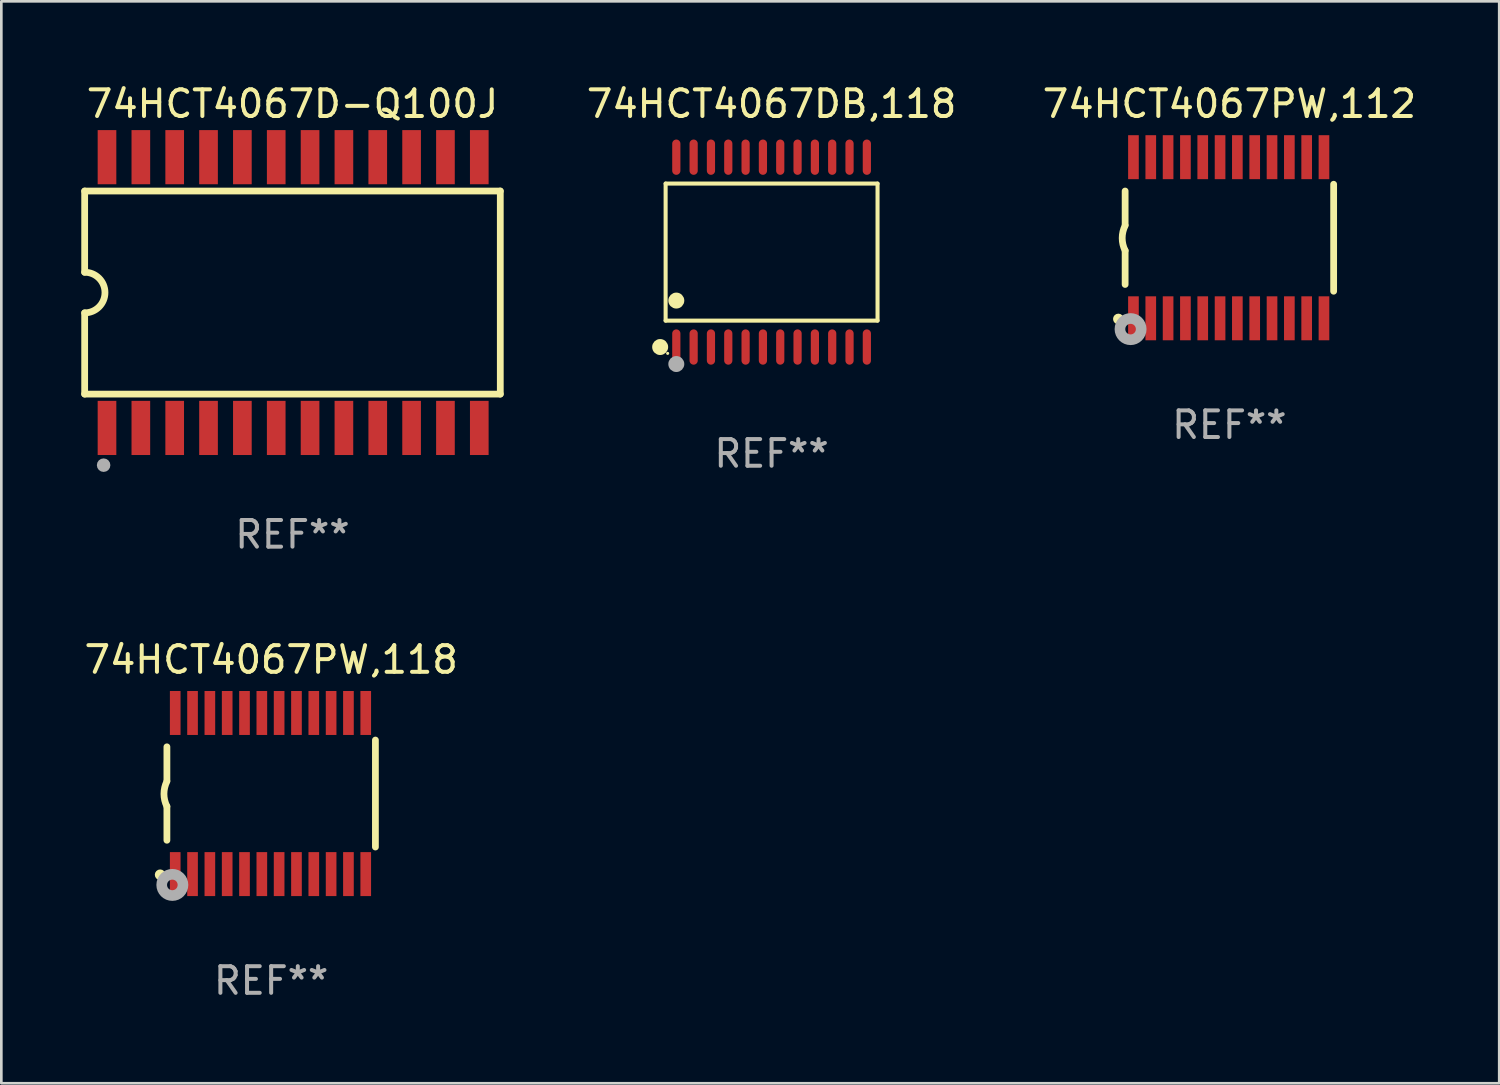
<source format=kicad_pcb>
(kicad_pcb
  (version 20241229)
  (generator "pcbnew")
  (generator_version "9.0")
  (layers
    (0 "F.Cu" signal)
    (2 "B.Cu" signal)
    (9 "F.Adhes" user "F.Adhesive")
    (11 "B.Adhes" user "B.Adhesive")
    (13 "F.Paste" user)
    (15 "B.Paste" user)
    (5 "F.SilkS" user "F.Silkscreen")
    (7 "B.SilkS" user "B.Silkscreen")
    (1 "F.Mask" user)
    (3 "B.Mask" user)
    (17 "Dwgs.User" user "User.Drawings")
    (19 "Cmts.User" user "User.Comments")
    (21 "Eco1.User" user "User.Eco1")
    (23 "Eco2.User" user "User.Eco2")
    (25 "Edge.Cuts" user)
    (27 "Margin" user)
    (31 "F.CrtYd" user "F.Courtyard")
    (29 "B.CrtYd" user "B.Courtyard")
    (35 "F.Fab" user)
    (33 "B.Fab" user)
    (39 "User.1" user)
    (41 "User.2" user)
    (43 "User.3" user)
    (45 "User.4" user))
  (footprint "74HCT4067D-Q100J"
    (layer "F.Cu")
    (at 7.925 7.928)
    (property "Reference" "74HCT4067D-Q100J" (at 0 -7.08 0) (layer "F.SilkS") (effects (font (size 1 1) (thickness 0.15))))
    (attr through_hole)
    (fp_line (start -7.798 -3.81) (end -7.798 -0.762) (stroke (width 0.254) (type solid)) (layer "F.SilkS"))
    (fp_line (start -7.798 3.81) (end -7.798 0.762) (stroke (width 0.254) (type solid)) (layer "F.SilkS"))
    (fp_line (start 7.798 -3.81) (end -7.798 -3.81) (stroke (width 0.254) (type solid)) (layer "F.SilkS"))
    (fp_line (start 7.798 3.81) (end -7.798 3.81) (stroke (width 0.254) (type solid)) (layer "F.SilkS"))
    (fp_line (start 7.798 3.81) (end 7.798 -3.81) (stroke (width 0.254) (type solid)) (layer "F.SilkS"))
    (fp_arc (start -7.797791 -0.762002) (mid -7.03579 -0.000001) (end -7.79779 0.762002) (stroke (width 0.254001) (type solid)) (layer "F.SilkS"))
    (fp_circle (center -7.825 3.75) (end -7.795 3.75) (stroke (width 0.06) (type solid)) (fill no) (layer "F.SilkS"))
    (fp_circle (center -7.087 6.477) (end -6.96 6.477) (stroke (width 0.254) (type solid)) (fill no) (layer "F.Fab"))
    (fp_text user "REF**" (at 0 9.08 0) (layer "F.Fab") (effects (font (size 1 1) (thickness 0.15))))
    (pad "1" smd rect (at -6.96 5.08 90) (size 2.032 0.7) (layers "F.Cu" "F.Mask" "F.Paste"))
    (pad "2" smd rect (at -5.69 5.08 90) (size 2.032 0.7) (layers "F.Cu" "F.Mask" "F.Paste"))
    (pad "3" smd rect (at -4.42 5.08 90) (size 2.032 0.7) (layers "F.Cu" "F.Mask" "F.Paste"))
    (pad "4" smd rect (at -3.15 5.08 90) (size 2.032 0.7) (layers "F.Cu" "F.Mask" "F.Paste"))
    (pad "5" smd rect (at -1.88 5.08 90) (size 2.032 0.7) (layers "F.Cu" "F.Mask" "F.Paste"))
    (pad "6" smd rect (at -0.61 5.08 90) (size 2.032 0.7) (layers "F.Cu" "F.Mask" "F.Paste"))
    (pad "7" smd rect (at 0.66 5.08 90) (size 2.032 0.7) (layers "F.Cu" "F.Mask" "F.Paste"))
    (pad "8" smd rect (at 1.93 5.08 90) (size 2.032 0.7) (layers "F.Cu" "F.Mask" "F.Paste"))
    (pad "9" smd rect (at 3.2 5.08 90) (size 2.032 0.7) (layers "F.Cu" "F.Mask" "F.Paste"))
    (pad "10" smd rect (at 4.47 5.08 90) (size 2.032 0.7) (layers "F.Cu" "F.Mask" "F.Paste"))
    (pad "11" smd rect (at 5.74 5.08 90) (size 2.032 0.7) (layers "F.Cu" "F.Mask" "F.Paste"))
    (pad "12" smd rect (at 7.01 5.08 90) (size 2.032 0.7) (layers "F.Cu" "F.Mask" "F.Paste"))
    (pad "13" smd rect (at 7.01 -5.08 90) (size 2.032 0.7) (layers "F.Cu" "F.Mask" "F.Paste"))
    (pad "14" smd rect (at 5.74 -5.08 90) (size 2.032 0.7) (layers "F.Cu" "F.Mask" "F.Paste"))
    (pad "15" smd rect (at 4.47 -5.08 90) (size 2.032 0.7) (layers "F.Cu" "F.Mask" "F.Paste"))
    (pad "16" smd rect (at 3.2 -5.08 90) (size 2.032 0.7) (layers "F.Cu" "F.Mask" "F.Paste"))
    (pad "17" smd rect (at 1.93 -5.08 90) (size 2.032 0.7) (layers "F.Cu" "F.Mask" "F.Paste"))
    (pad "18" smd rect (at 0.66 -5.08 90) (size 2.032 0.7) (layers "F.Cu" "F.Mask" "F.Paste"))
    (pad "19" smd rect (at -0.61 -5.08 90) (size 2.032 0.7) (layers "F.Cu" "F.Mask" "F.Paste"))
    (pad "20" smd rect (at -1.88 -5.08 90) (size 2.032 0.7) (layers "F.Cu" "F.Mask" "F.Paste"))
    (pad "21" smd rect (at -3.15 -5.08 90) (size 2.032 0.7) (layers "F.Cu" "F.Mask" "F.Paste"))
    (pad "22" smd rect (at -4.42 -5.08 90) (size 2.032 0.7) (layers "F.Cu" "F.Mask" "F.Paste"))
    (pad "23" smd rect (at -5.69 -5.08 90) (size 2.032 0.7) (layers "F.Cu" "F.Mask" "F.Paste"))
    (pad "24" smd rect (at -6.96 -5.08 90) (size 2.032 0.7) (layers "F.Cu" "F.Mask" "F.Paste")))
  (footprint "74HCT4067PW,112"
    (layer "F.Cu")
    (at 43.082 5.871)
    (property "Reference" "74HCT4067PW,112" (at 0 -5.023 0) (layer "F.SilkS") (effects (font (size 1 1) (thickness 0.15))))
    (attr through_hole)
    (fp_line (start -3.912 -0.483) (end -3.912 -1.753) (stroke (width 0.254) (type solid)) (layer "F.SilkS"))
    (fp_line (start -3.912 1.753) (end -3.912 0.483) (stroke (width 0.254) (type solid)) (layer "F.SilkS"))
    (fp_line (start 3.912 -2.007) (end 3.912 2.007) (stroke (width 0.254) (type solid)) (layer "F.SilkS"))
    (fp_arc (start -3.911608 0.482601) (mid -4.022537 0.0127) (end -3.911608 -0.457201) (stroke (width 0.254001) (type solid)) (layer "F.SilkS"))
    (fp_circle (center -4.166 3.048) (end -4.066 3.048) (stroke (width 0.2) (type solid)) (fill no) (layer "F.SilkS"))
    (fp_circle (center -3.925 3.186) (end -3.895 3.186) (stroke (width 0.06) (type solid)) (fill no) (layer "F.SilkS"))
    (fp_circle (center -3.708 3.429) (end -3.509 3.429) (stroke (width 0.4) (type solid)) (fill no) (layer "F.Fab"))
    (fp_text user "REF**" (at 0 7.023 0) (layer "F.Fab") (effects (font (size 1 1) (thickness 0.15))))
    (pad "1" smd rect (at -3.6 3.023) (size 0.4 1.65) (layers "F.Cu" "F.Mask" "F.Paste"))
    (pad "2" smd rect (at -2.95 3.023) (size 0.4 1.65) (layers "F.Cu" "F.Mask" "F.Paste"))
    (pad "3" smd rect (at -2.3 3.023) (size 0.4 1.65) (layers "F.Cu" "F.Mask" "F.Paste"))
    (pad "4" smd rect (at -1.65 3.023) (size 0.4 1.65) (layers "F.Cu" "F.Mask" "F.Paste"))
    (pad "5" smd rect (at -1 3.023) (size 0.4 1.65) (layers "F.Cu" "F.Mask" "F.Paste"))
    (pad "6" smd rect (at -0.35 3.023) (size 0.4 1.65) (layers "F.Cu" "F.Mask" "F.Paste"))
    (pad "7" smd rect (at 0.299 3.023) (size 0.4 1.65) (layers "F.Cu" "F.Mask" "F.Paste"))
    (pad "8" smd rect (at 0.95 3.023) (size 0.4 1.65) (layers "F.Cu" "F.Mask" "F.Paste"))
    (pad "9" smd rect (at 1.6 3.023) (size 0.4 1.65) (layers "F.Cu" "F.Mask" "F.Paste"))
    (pad "10" smd rect (at 2.25 3.023) (size 0.4 1.65) (layers "F.Cu" "F.Mask" "F.Paste"))
    (pad "11" smd rect (at 2.9 3.023) (size 0.4 1.65) (layers "F.Cu" "F.Mask" "F.Paste"))
    (pad "12" smd rect (at 3.549 3.023) (size 0.4 1.65) (layers "F.Cu" "F.Mask" "F.Paste"))
    (pad "13" smd rect (at 3.549 -3.023) (size 0.4 1.65) (layers "F.Cu" "F.Mask" "F.Paste"))
    (pad "14" smd rect (at 2.9 -3.023) (size 0.4 1.65) (layers "F.Cu" "F.Mask" "F.Paste"))
    (pad "15" smd rect (at 2.25 -3.023) (size 0.4 1.65) (layers "F.Cu" "F.Mask" "F.Paste"))
    (pad "16" smd rect (at 1.6 -3.023) (size 0.4 1.65) (layers "F.Cu" "F.Mask" "F.Paste"))
    (pad "17" smd rect (at 0.95 -3.023) (size 0.4 1.65) (layers "F.Cu" "F.Mask" "F.Paste"))
    (pad "18" smd rect (at 0.299 -3.023) (size 0.4 1.65) (layers "F.Cu" "F.Mask" "F.Paste"))
    (pad "19" smd rect (at -0.35 -3.023) (size 0.4 1.65) (layers "F.Cu" "F.Mask" "F.Paste"))
    (pad "20" smd rect (at -1 -3.023) (size 0.4 1.65) (layers "F.Cu" "F.Mask" "F.Paste"))
    (pad "21" smd rect (at -1.65 -3.023) (size 0.4 1.65) (layers "F.Cu" "F.Mask" "F.Paste"))
    (pad "22" smd rect (at -2.3 -3.023) (size 0.4 1.65) (layers "F.Cu" "F.Mask" "F.Paste"))
    (pad "23" smd rect (at -2.95 -3.023) (size 0.4 1.65) (layers "F.Cu" "F.Mask" "F.Paste"))
    (pad "24" smd rect (at -3.6 -3.023) (size 0.4 1.65) (layers "F.Cu" "F.Mask" "F.Paste")))
  (footprint "74HCT4067DB,118"
    (layer "F.Cu")
    (at 25.903 6.41)
    (property "Reference" "74HCT4067DB,118" (at 0 -5.562 0) (layer "F.SilkS") (effects (font (size 1 1) (thickness 0.15))))
    (attr through_hole)
    (fp_line (start -3.976 -2.571) (end 3.976 -2.571) (stroke (width 0.152) (type solid)) (layer "F.SilkS"))
    (fp_line (start -3.976 2.571) (end -3.976 -2.571) (stroke (width 0.152) (type solid)) (layer "F.SilkS"))
    (fp_line (start 3.976 -2.571) (end 3.976 2.571) (stroke (width 0.152) (type solid)) (layer "F.SilkS"))
    (fp_line (start 3.976 2.571) (end -3.976 2.571) (stroke (width 0.152) (type solid)) (layer "F.SilkS"))
    (fp_circle (center -4.181 3.562) (end -4.031 3.562) (stroke (width 0.3) (type solid)) (fill no) (layer "F.SilkS"))
    (fp_circle (center -3.9 3.8) (end -3.87 3.8) (stroke (width 0.06) (type solid)) (fill no) (layer "F.SilkS"))
    (fp_circle (center -3.575 1.819) (end -3.425 1.819) (stroke (width 0.3) (type solid)) (fill no) (layer "F.SilkS"))
    (fp_circle (center -3.575 4.2) (end -3.425 4.2) (stroke (width 0.3) (type solid)) (fill no) (layer "F.Fab"))
    (fp_text user "REF**" (at 0 7.562 0) (layer "F.Fab") (effects (font (size 1 1) (thickness 0.15))))
    (pad "1" smd oval (at -3.575 3.562) (size 0.308 1.324) (layers "F.Cu" "F.Mask" "F.Paste"))
    (pad "2" smd oval (at -2.925 3.562) (size 0.308 1.324) (layers "F.Cu" "F.Mask" "F.Paste"))
    (pad "3" smd oval (at -2.275 3.562) (size 0.308 1.324) (layers "F.Cu" "F.Mask" "F.Paste"))
    (pad "4" smd oval (at -1.625 3.562) (size 0.308 1.324) (layers "F.Cu" "F.Mask" "F.Paste"))
    (pad "5" smd oval (at -0.975 3.562) (size 0.308 1.324) (layers "F.Cu" "F.Mask" "F.Paste"))
    (pad "6" smd oval (at -0.325 3.562) (size 0.308 1.324) (layers "F.Cu" "F.Mask" "F.Paste"))
    (pad "7" smd oval (at 0.325 3.562) (size 0.308 1.324) (layers "F.Cu" "F.Mask" "F.Paste"))
    (pad "8" smd oval (at 0.975 3.562) (size 0.308 1.324) (layers "F.Cu" "F.Mask" "F.Paste"))
    (pad "9" smd oval (at 1.625 3.562) (size 0.308 1.324) (layers "F.Cu" "F.Mask" "F.Paste"))
    (pad "10" smd oval (at 2.275 3.562) (size 0.308 1.324) (layers "F.Cu" "F.Mask" "F.Paste"))
    (pad "11" smd oval (at 2.925 3.562) (size 0.308 1.324) (layers "F.Cu" "F.Mask" "F.Paste"))
    (pad "12" smd oval (at 3.575 3.562) (size 0.308 1.324) (layers "F.Cu" "F.Mask" "F.Paste"))
    (pad "13" smd oval (at 3.575 -3.562) (size 0.308 1.324) (layers "F.Cu" "F.Mask" "F.Paste"))
    (pad "14" smd oval (at 2.925 -3.562) (size 0.308 1.324) (layers "F.Cu" "F.Mask" "F.Paste"))
    (pad "15" smd oval (at 2.275 -3.562) (size 0.308 1.324) (layers "F.Cu" "F.Mask" "F.Paste"))
    (pad "16" smd oval (at 1.625 -3.562) (size 0.308 1.324) (layers "F.Cu" "F.Mask" "F.Paste"))
    (pad "17" smd oval (at 0.975 -3.562) (size 0.308 1.324) (layers "F.Cu" "F.Mask" "F.Paste"))
    (pad "18" smd oval (at 0.325 -3.562) (size 0.308 1.324) (layers "F.Cu" "F.Mask" "F.Paste"))
    (pad "19" smd oval (at -0.325 -3.562) (size 0.308 1.324) (layers "F.Cu" "F.Mask" "F.Paste"))
    (pad "20" smd oval (at -0.975 -3.562) (size 0.308 1.324) (layers "F.Cu" "F.Mask" "F.Paste"))
    (pad "21" smd oval (at -1.625 -3.562) (size 0.308 1.324) (layers "F.Cu" "F.Mask" "F.Paste"))
    (pad "22" smd oval (at -2.275 -3.562) (size 0.308 1.324) (layers "F.Cu" "F.Mask" "F.Paste"))
    (pad "23" smd oval (at -2.925 -3.562) (size 0.308 1.324) (layers "F.Cu" "F.Mask" "F.Paste"))
    (pad "24" smd oval (at -3.575 -3.562) (size 0.308 1.324) (layers "F.Cu" "F.Mask" "F.Paste")))
  (footprint "74HCT4067PW,118"
    (layer "F.Cu")
    (at 7.125 26.727)
    (property "Reference" "74HCT4067PW,118" (at 0 -5.023 0) (layer "F.SilkS") (effects (font (size 1 1) (thickness 0.15))))
    (attr through_hole)
    (fp_line (start -3.912 -0.483) (end -3.912 -1.753) (stroke (width 0.254) (type solid)) (layer "F.SilkS"))
    (fp_line (start -3.912 1.753) (end -3.912 0.483) (stroke (width 0.254) (type solid)) (layer "F.SilkS"))
    (fp_line (start 3.912 -2.007) (end 3.912 2.007) (stroke (width 0.254) (type solid)) (layer "F.SilkS"))
    (fp_arc (start -3.911608 0.482601) (mid -4.022537 0.0127) (end -3.911608 -0.457201) (stroke (width 0.254001) (type solid)) (layer "F.SilkS"))
    (fp_circle (center -4.166 3.048) (end -4.066 3.048) (stroke (width 0.2) (type solid)) (fill no) (layer "F.SilkS"))
    (fp_circle (center -3.925 3.186) (end -3.895 3.186) (stroke (width 0.06) (type solid)) (fill no) (layer "F.SilkS"))
    (fp_circle (center -3.708 3.429) (end -3.509 3.429) (stroke (width 0.4) (type solid)) (fill no) (layer "F.Fab"))
    (fp_text user "REF**" (at 0 7.023 0) (layer "F.Fab") (effects (font (size 1 1) (thickness 0.15))))
    (pad "1" smd rect (at -3.6 3.023) (size 0.4 1.65) (layers "F.Cu" "F.Mask" "F.Paste"))
    (pad "2" smd rect (at -2.95 3.023) (size 0.4 1.65) (layers "F.Cu" "F.Mask" "F.Paste"))
    (pad "3" smd rect (at -2.3 3.023) (size 0.4 1.65) (layers "F.Cu" "F.Mask" "F.Paste"))
    (pad "4" smd rect (at -1.65 3.023) (size 0.4 1.65) (layers "F.Cu" "F.Mask" "F.Paste"))
    (pad "5" smd rect (at -1 3.023) (size 0.4 1.65) (layers "F.Cu" "F.Mask" "F.Paste"))
    (pad "6" smd rect (at -0.35 3.023) (size 0.4 1.65) (layers "F.Cu" "F.Mask" "F.Paste"))
    (pad "7" smd rect (at 0.299 3.023) (size 0.4 1.65) (layers "F.Cu" "F.Mask" "F.Paste"))
    (pad "8" smd rect (at 0.95 3.023) (size 0.4 1.65) (layers "F.Cu" "F.Mask" "F.Paste"))
    (pad "9" smd rect (at 1.6 3.023) (size 0.4 1.65) (layers "F.Cu" "F.Mask" "F.Paste"))
    (pad "10" smd rect (at 2.25 3.023) (size 0.4 1.65) (layers "F.Cu" "F.Mask" "F.Paste"))
    (pad "11" smd rect (at 2.9 3.023) (size 0.4 1.65) (layers "F.Cu" "F.Mask" "F.Paste"))
    (pad "12" smd rect (at 3.549 3.023) (size 0.4 1.65) (layers "F.Cu" "F.Mask" "F.Paste"))
    (pad "13" smd rect (at 3.549 -3.023) (size 0.4 1.65) (layers "F.Cu" "F.Mask" "F.Paste"))
    (pad "14" smd rect (at 2.9 -3.023) (size 0.4 1.65) (layers "F.Cu" "F.Mask" "F.Paste"))
    (pad "15" smd rect (at 2.25 -3.023) (size 0.4 1.65) (layers "F.Cu" "F.Mask" "F.Paste"))
    (pad "16" smd rect (at 1.6 -3.023) (size 0.4 1.65) (layers "F.Cu" "F.Mask" "F.Paste"))
    (pad "17" smd rect (at 0.95 -3.023) (size 0.4 1.65) (layers "F.Cu" "F.Mask" "F.Paste"))
    (pad "18" smd rect (at 0.299 -3.023) (size 0.4 1.65) (layers "F.Cu" "F.Mask" "F.Paste"))
    (pad "19" smd rect (at -0.35 -3.023) (size 0.4 1.65) (layers "F.Cu" "F.Mask" "F.Paste"))
    (pad "20" smd rect (at -1 -3.023) (size 0.4 1.65) (layers "F.Cu" "F.Mask" "F.Paste"))
    (pad "21" smd rect (at -1.65 -3.023) (size 0.4 1.65) (layers "F.Cu" "F.Mask" "F.Paste"))
    (pad "22" smd rect (at -2.3 -3.023) (size 0.4 1.65) (layers "F.Cu" "F.Mask" "F.Paste"))
    (pad "23" smd rect (at -2.95 -3.023) (size 0.4 1.65) (layers "F.Cu" "F.Mask" "F.Paste"))
    (pad "24" smd rect (at -3.6 -3.023) (size 0.4 1.65) (layers "F.Cu" "F.Mask" "F.Paste")))
  (gr_rect
    (start -3 -3)
    (end 53.207 37.598)
    (stroke (width 0.1) (type default))
    (fill no)
    (layer "Edge.Cuts")))
</source>
